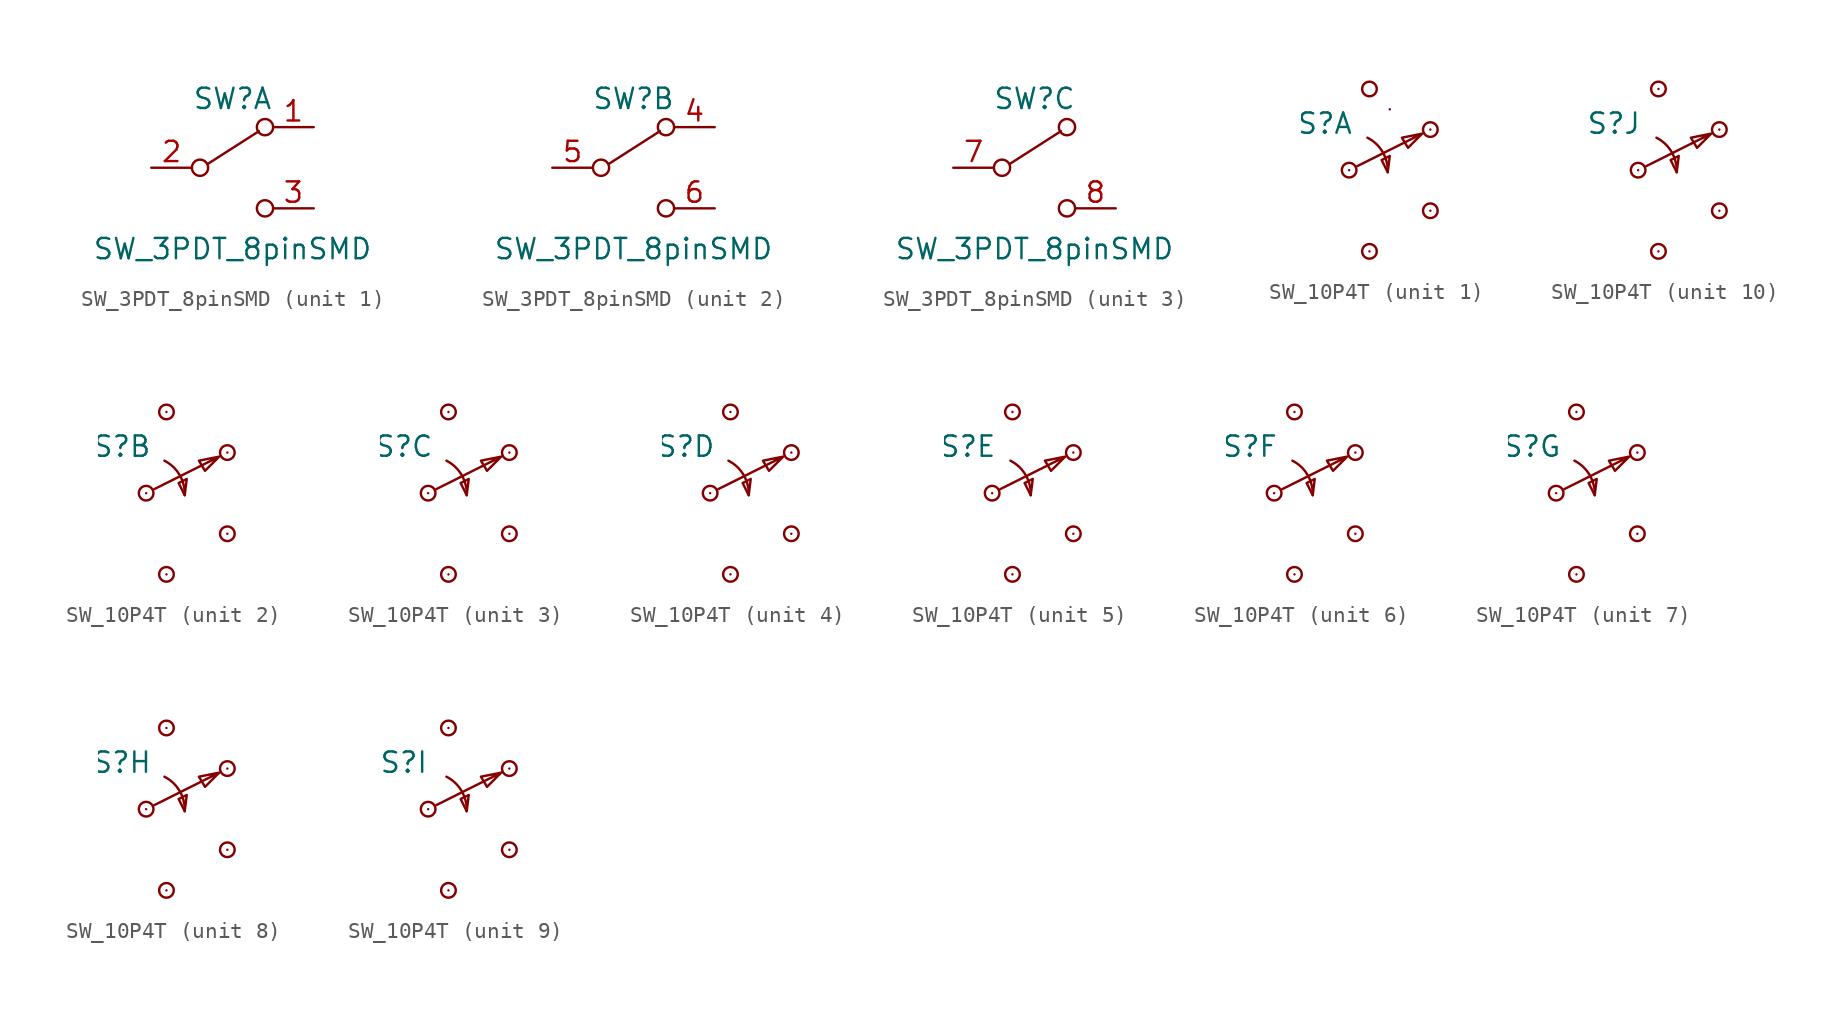
<source format=kicad_sym>
(kicad_symbol_lib
  (version 20211014)
  (generator kicad_symbol_editor)
  (symbol "SW_3PDT_8pinSMD"
    (pin_names
      (offset 0) hide)
    (property "Reference" "SW"
      (at 0 4.318 0)
      (effects (font (size 1.27 1.27))))
    (property "Value" "SW_3PDT_8pinSMD"
      (at 0 -5.08 0)
      (effects (font (size 1.27 1.27))))
    (property "ki_locked" ""
      (at 0 0 0)
      (effects (font (size 1.27 1.27))))
    (symbol "SW_3PDT_8pinSMD_0_0"
      (circle (center -2.032 0) (radius 0.508) (stroke (width 0) (type default) (color 0 0 0 0)) (fill (type none)))
      (circle (center 2.032 -2.54) (radius 0.508) (stroke (width 0) (type default) (color 0 0 0 0)) (fill (type none))))
    (symbol "SW_3PDT_8pinSMD_0_1"
      (polyline (pts (xy -1.524 0.254) (xy 1.651 2.286)) (stroke (width 0) (type default) (color 0 0 0 0)) (fill (type none)))
      (circle (center 2.032 2.54) (radius 0.508) (stroke (width 0) (type default) (color 0 0 0 0)) (fill (type none))))
    (symbol "SW_3PDT_8pinSMD_1_1"
      (pin passive line (at 5.08 2.54 180) (length 2.54) (name "A" (effects (font (size 1.27 1.27)))) (number "1" (effects (font (size 1.27 1.27)))))
      (pin passive line (at -5.08 0 0) (length 2.54) (name "B" (effects (font (size 1.27 1.27)))) (number "2" (effects (font (size 1.27 1.27)))))
      (pin passive line (at 5.08 -2.54 180) (length 2.54) (name "C" (effects (font (size 1.27 1.27)))) (number "3" (effects (font (size 1.27 1.27))))))
    (symbol "SW_3PDT_8pinSMD_2_1"
      (pin passive line (at 5.08 2.54 180) (length 2.54) (name "A" (effects (font (size 1.27 1.27)))) (number "4" (effects (font (size 1.27 1.27)))))
      (pin passive line (at -5.08 0 0) (length 2.54) (name "B" (effects (font (size 1.27 1.27)))) (number "5" (effects (font (size 1.27 1.27)))))
      (pin passive line (at 5.08 -2.54 180) (length 2.54) (name "C" (effects (font (size 1.27 1.27)))) (number "6" (effects (font (size 1.27 1.27))))))
    (symbol "SW_3PDT_8pinSMD_3_1"
      (pin passive line (at -5.08 0 0) (length 2.54) (name "B" (effects (font (size 1.27 1.27)))) (number "7" (effects (font (size 1.27 1.27)))))
      (pin passive line (at 5.08 -2.54 180) (length 2.54) (name "A" (effects (font (size 1.27 1.27)))) (number "8" (effects (font (size 1.27 1.27)))))))
  (symbol "SW_10P4T"
    (pin_numbers hide)
    (pin_names
      (offset 0) hide)
    (property "Reference" "S"
      (at -4.064 2.921 0)
      (effects (font (size 1.27 1.27))))
    (symbol "SW_10P4T_0_0"
      (pin passive line (at -1.27 -5.08 180) (length 0) (name "4" (effects (font (size 1.27 1.27)))) (number "4" (effects (font (size 1.27 1.27))))))
    (symbol "SW_10P4T_0_1"
      (circle (center -2.54 0) (radius 0.457) (stroke (width 0) (type default) (color 0 0 0 0)) (fill (type none)))
      (circle (center -1.27 -5.08) (radius 0.457) (stroke (width 0) (type default) (color 0 0 0 0)) (fill (type none)))
      (circle (center -1.27 5.08) (radius 0.457) (stroke (width 0) (type default) (color 0 0 0 0)) (fill (type none)))
      (arc (start -0.127 -0.127) (mid -0.4474 1.1395) (end -1.397 2.032) (stroke (width 0) (type default) (color 0 0 0 0)) (fill (type none)))
      (polyline (pts (xy -0.127 -0.127) (xy 0 0.889) (xy -0.508 0.635) (xy -0.127 -0.127)) (stroke (width 0) (type default) (color 0 0 0 0)) (fill (type none)))
      (polyline (pts (xy -2.032 0.254) (xy 2.032 2.286) (xy 0.762 2.032) (xy 1.143 1.397) (xy 2.032 2.286)) (stroke (width 0) (type default) (color 0 0 0 0)) (fill (type none)))
      (circle (center 2.54 -2.54) (radius 0.457) (stroke (width 0) (type default) (color 0 0 0 0)) (fill (type none)))
      (circle (center 2.54 2.54) (radius 0.457) (stroke (width 0) (type default) (color 0 0 0 0)) (fill (type none))))
    (symbol "SW_10P4T_1_1"
      (pin passive line (at 0 3.81 180) (length 0) (name "1" (effects (font (size 1.27 1.27)))) (number "1" (effects (font (size 1.27 1.27)))))
      (pin passive line (at 2.54 2.54 180) (length 0) (name "2" (effects (font (size 1.27 1.27)))) (number "2" (effects (font (size 1.27 1.27)))))
      (pin passive line (at 2.54 -2.54 180) (length 0) (name "3" (effects (font (size 1.27 1.27)))) (number "3" (effects (font (size 1.27 1.27)))))
      (pin passive line (at -2.54 0 0) (length 0) (name "5" (effects (font (size 1.27 1.27)))) (number "5" (effects (font (size 1.27 1.27))))))
    (symbol "SW_10P4T_2_1"
      (pin passive line (at -1.27 5.08 270) (length 0) (name "1" (effects (font (size 1.27 1.27)))) (number "1" (effects (font (size 1.27 1.27)))))
      (pin passive line (at 2.54 2.54 180) (length 0) (name "2" (effects (font (size 1.27 1.27)))) (number "2" (effects (font (size 1.27 1.27)))))
      (pin passive line (at 2.54 -2.54 180) (length 0) (name "3" (effects (font (size 1.27 1.27)))) (number "3" (effects (font (size 1.27 1.27)))))
      (pin passive line (at -2.54 0 0) (length 0) (name "5" (effects (font (size 1.27 1.27)))) (number "5" (effects (font (size 1.27 1.27))))))
    (symbol "SW_10P4T_3_1"
      (pin passive line (at -1.27 5.08 270) (length 0) (name "1" (effects (font (size 1.27 1.27)))) (number "1" (effects (font (size 1.27 1.27)))))
      (pin passive line (at 2.54 2.54 180) (length 0) (name "2" (effects (font (size 1.27 1.27)))) (number "2" (effects (font (size 1.27 1.27)))))
      (pin passive line (at 2.54 -2.54 180) (length 0) (name "3" (effects (font (size 1.27 1.27)))) (number "3" (effects (font (size 1.27 1.27)))))
      (pin passive line (at -2.54 0 0) (length 0) (name "5" (effects (font (size 1.27 1.27)))) (number "5" (effects (font (size 1.27 1.27))))))
    (symbol "SW_10P4T_4_1"
      (pin passive line (at -1.27 5.08 270) (length 0) (name "1" (effects (font (size 1.27 1.27)))) (number "1" (effects (font (size 1.27 1.27)))))
      (pin passive line (at 2.54 2.54 180) (length 0) (name "2" (effects (font (size 1.27 1.27)))) (number "2" (effects (font (size 1.27 1.27)))))
      (pin passive line (at 2.54 -2.54 180) (length 0) (name "3" (effects (font (size 1.27 1.27)))) (number "3" (effects (font (size 1.27 1.27)))))
      (pin passive line (at -2.54 0 0) (length 0) (name "5" (effects (font (size 1.27 1.27)))) (number "5" (effects (font (size 1.27 1.27))))))
    (symbol "SW_10P4T_5_1"
      (pin passive line (at -1.27 5.08 270) (length 0) (name "1" (effects (font (size 1.27 1.27)))) (number "1" (effects (font (size 1.27 1.27)))))
      (pin passive line (at 2.54 2.54 180) (length 0) (name "2" (effects (font (size 1.27 1.27)))) (number "2" (effects (font (size 1.27 1.27)))))
      (pin passive line (at 2.54 -2.54 180) (length 0) (name "3" (effects (font (size 1.27 1.27)))) (number "3" (effects (font (size 1.27 1.27)))))
      (pin passive line (at -2.54 0 0) (length 0) (name "5" (effects (font (size 1.27 1.27)))) (number "5" (effects (font (size 1.27 1.27))))))
    (symbol "SW_10P4T_6_1"
      (pin passive line (at -1.27 5.08 270) (length 0) (name "1" (effects (font (size 1.27 1.27)))) (number "1" (effects (font (size 1.27 1.27)))))
      (pin passive line (at 2.54 2.54 180) (length 0) (name "2" (effects (font (size 1.27 1.27)))) (number "2" (effects (font (size 1.27 1.27)))))
      (pin passive line (at 2.54 -2.54 180) (length 0) (name "3" (effects (font (size 1.27 1.27)))) (number "3" (effects (font (size 1.27 1.27)))))
      (pin passive line (at -2.54 0 0) (length 0) (name "5" (effects (font (size 1.27 1.27)))) (number "5" (effects (font (size 1.27 1.27))))))
    (symbol "SW_10P4T_7_1"
      (pin passive line (at -1.27 5.08 270) (length 0) (name "1" (effects (font (size 1.27 1.27)))) (number "1" (effects (font (size 1.27 1.27)))))
      (pin passive line (at 2.54 2.54 180) (length 0) (name "2" (effects (font (size 1.27 1.27)))) (number "2" (effects (font (size 1.27 1.27)))))
      (pin passive line (at 2.54 -2.54 180) (length 0) (name "3" (effects (font (size 1.27 1.27)))) (number "3" (effects (font (size 1.27 1.27)))))
      (pin passive line (at -2.54 0 0) (length 0) (name "5" (effects (font (size 1.27 1.27)))) (number "5" (effects (font (size 1.27 1.27))))))
    (symbol "SW_10P4T_8_1"
      (pin passive line (at -1.27 5.08 270) (length 0) (name "1" (effects (font (size 1.27 1.27)))) (number "1" (effects (font (size 1.27 1.27)))))
      (pin passive line (at 2.54 2.54 180) (length 0) (name "2" (effects (font (size 1.27 1.27)))) (number "2" (effects (font (size 1.27 1.27)))))
      (pin passive line (at 2.54 -2.54 180) (length 0) (name "3" (effects (font (size 1.27 1.27)))) (number "3" (effects (font (size 1.27 1.27)))))
      (pin passive line (at -2.54 0 0) (length 0) (name "5" (effects (font (size 1.27 1.27)))) (number "5" (effects (font (size 1.27 1.27))))))
    (symbol "SW_10P4T_9_1"
      (pin passive line (at -1.27 5.08 270) (length 0) (name "1" (effects (font (size 1.27 1.27)))) (number "1" (effects (font (size 1.27 1.27)))))
      (pin passive line (at 2.54 2.54 180) (length 0) (name "2" (effects (font (size 1.27 1.27)))) (number "2" (effects (font (size 1.27 1.27)))))
      (pin passive line (at 2.54 -2.54 180) (length 0) (name "3" (effects (font (size 1.27 1.27)))) (number "3" (effects (font (size 1.27 1.27)))))
      (pin passive line (at -2.54 0 0) (length 0) (name "5" (effects (font (size 1.27 1.27)))) (number "5" (effects (font (size 1.27 1.27))))))
    (symbol "SW_10P4T_10_1"
      (pin passive line (at -1.27 5.08 270) (length 0) (name "1" (effects (font (size 1.27 1.27)))) (number "1" (effects (font (size 1.27 1.27)))))
      (pin passive line (at 2.54 2.54 180) (length 0) (name "2" (effects (font (size 1.27 1.27)))) (number "2" (effects (font (size 1.27 1.27)))))
      (pin passive line (at 2.54 -2.54 180) (length 0) (name "3" (effects (font (size 1.27 1.27)))) (number "3" (effects (font (size 1.27 1.27)))))
      (pin passive line (at -2.54 0 0) (length 0) (name "5" (effects (font (size 1.27 1.27)))) (number "5" (effects (font (size 1.27 1.27))))))))
</source>
